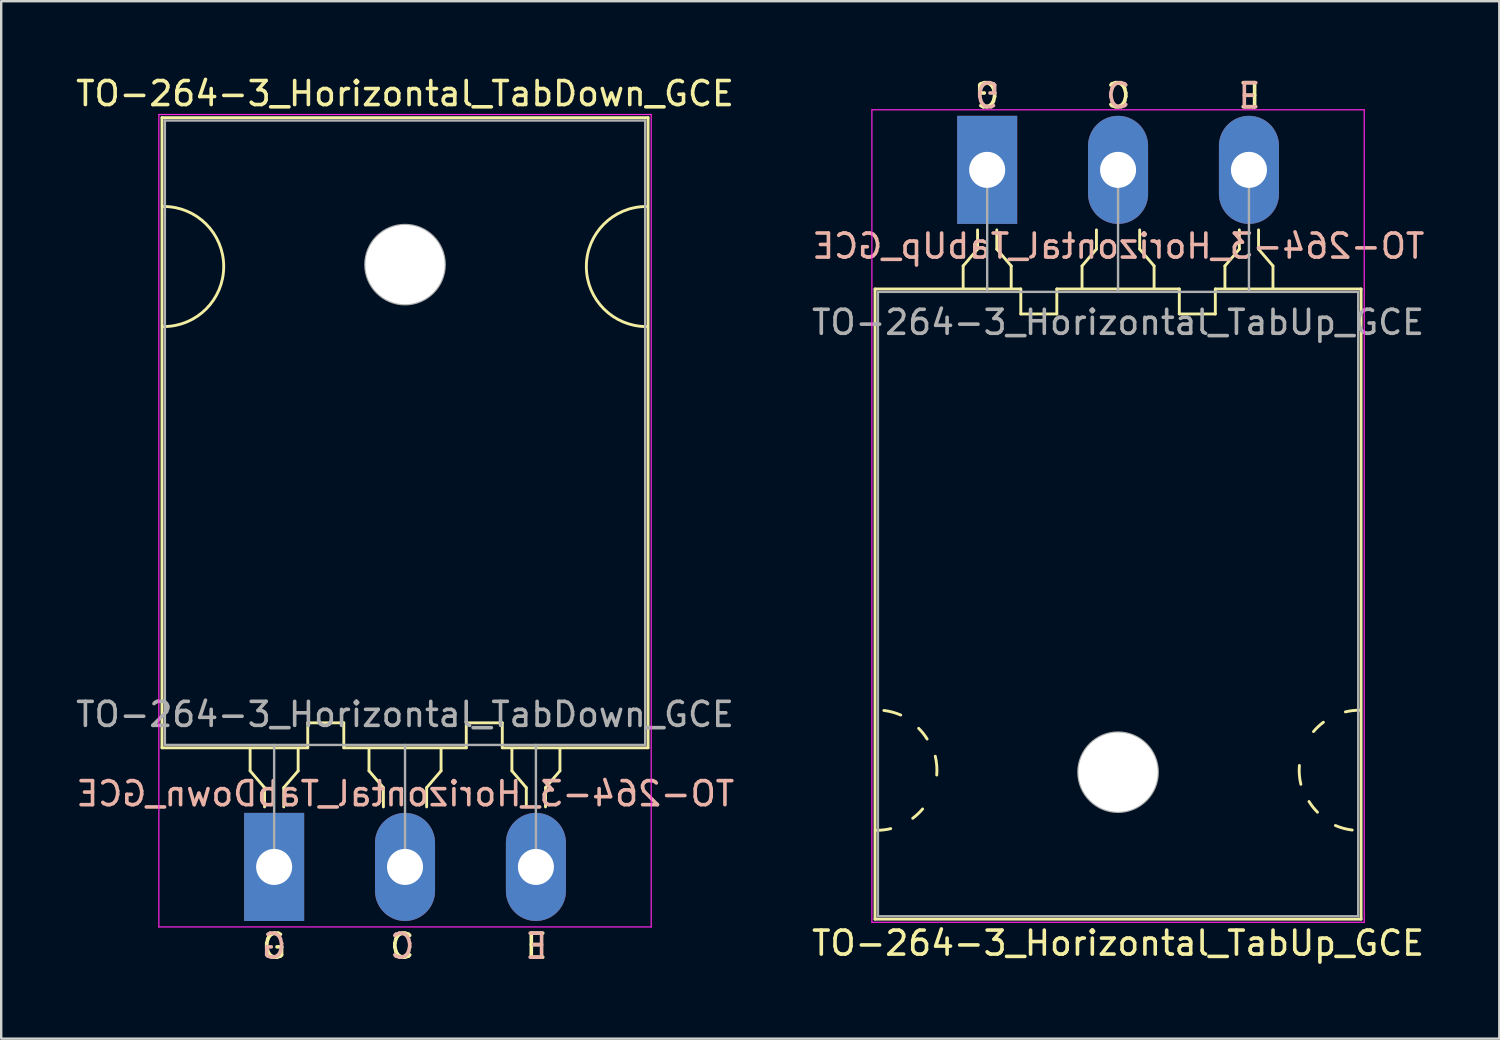
<source format=kicad_pcb>
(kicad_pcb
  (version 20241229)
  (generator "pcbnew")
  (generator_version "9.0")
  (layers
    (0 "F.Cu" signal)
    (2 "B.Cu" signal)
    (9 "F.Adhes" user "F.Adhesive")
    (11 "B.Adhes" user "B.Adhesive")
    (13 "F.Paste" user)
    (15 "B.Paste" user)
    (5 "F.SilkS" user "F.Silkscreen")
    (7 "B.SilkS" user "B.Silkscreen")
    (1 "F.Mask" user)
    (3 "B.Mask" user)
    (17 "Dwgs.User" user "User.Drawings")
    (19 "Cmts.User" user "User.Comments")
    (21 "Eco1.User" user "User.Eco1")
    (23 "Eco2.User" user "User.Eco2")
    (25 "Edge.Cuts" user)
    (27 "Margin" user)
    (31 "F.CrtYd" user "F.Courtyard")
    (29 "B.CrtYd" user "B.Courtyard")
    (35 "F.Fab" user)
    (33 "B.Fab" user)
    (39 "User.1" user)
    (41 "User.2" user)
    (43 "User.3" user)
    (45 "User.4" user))
  (footprint "TO-264-3_Horizontal_TabUp_GCE"
    (layer "F.Cu")
    (at 38.055 4.023)
    (property "Reference" "TO-264-3_Horizontal_TabUp_GCE" (at 5.45 32.2 0) (layer "F.SilkS") (effects (font (size 1 1) (thickness 0.15))))
    (fp_line (start -4.67 31.2) (end -4.67 4.96) (stroke (width 0.12) (type solid)) (layer "F.SilkS"))
    (fp_line (start -1 4) (end -1 4.9) (stroke (width 0.12) (type solid)) (layer "F.SilkS"))
    (fp_line (start -0.4 2.5) (end -0.4 3.3) (stroke (width 0.12) (type solid)) (layer "F.SilkS"))
    (fp_line (start -0.4 3.3) (end -1 4) (stroke (width 0.12) (type solid)) (layer "F.SilkS"))
    (fp_line (start 0.4 3.3) (end 0.4 2.5) (stroke (width 0.12) (type solid)) (layer "F.SilkS"))
    (fp_line (start 1 4) (end 0.4 3.3) (stroke (width 0.12) (type solid)) (layer "F.SilkS"))
    (fp_line (start 1 4.9) (end 1 4) (stroke (width 0.12) (type solid)) (layer "F.SilkS"))
    (fp_line (start 1.4 4.96) (end -4.67 4.96) (stroke (width 0.12) (type solid)) (layer "F.SilkS"))
    (fp_line (start 1.4 4.96) (end 1.4 6) (stroke (width 0.12) (type solid)) (layer "F.SilkS"))
    (fp_line (start 1.4 6) (end 2.9 6) (stroke (width 0.12) (type solid)) (layer "F.SilkS"))
    (fp_line (start 2.9 6) (end 2.9 4.96) (stroke (width 0.12) (type solid)) (layer "F.SilkS"))
    (fp_line (start 3.95 4) (end 3.95 4.9) (stroke (width 0.12) (type solid)) (layer "F.SilkS"))
    (fp_line (start 4.55 2.5) (end 4.55 3.3) (stroke (width 0.12) (type solid)) (layer "F.SilkS"))
    (fp_line (start 4.55 3.3) (end 3.95 4) (stroke (width 0.12) (type solid)) (layer "F.SilkS"))
    (fp_line (start 6.35 3.3) (end 6.35 2.5) (stroke (width 0.12) (type solid)) (layer "F.SilkS"))
    (fp_line (start 6.95 4) (end 6.35 3.3) (stroke (width 0.12) (type solid)) (layer "F.SilkS"))
    (fp_line (start 6.95 4.9) (end 6.95 4) (stroke (width 0.12) (type solid)) (layer "F.SilkS"))
    (fp_line (start 8 4.96) (end 2.9 4.96) (stroke (width 0.12) (type solid)) (layer "F.SilkS"))
    (fp_line (start 8 6) (end 8 4.96) (stroke (width 0.12) (type solid)) (layer "F.SilkS"))
    (fp_line (start 9.5 4.96) (end 9.5 6) (stroke (width 0.12) (type solid)) (layer "F.SilkS"))
    (fp_line (start 9.5 6) (end 8 6) (stroke (width 0.12) (type solid)) (layer "F.SilkS"))
    (fp_line (start 9.9 4) (end 9.9 4.9) (stroke (width 0.12) (type solid)) (layer "F.SilkS"))
    (fp_line (start 10.5 2.5) (end 10.5 3.3) (stroke (width 0.12) (type solid)) (layer "F.SilkS"))
    (fp_line (start 10.5 3.3) (end 9.9 4) (stroke (width 0.12) (type solid)) (layer "F.SilkS"))
    (fp_line (start 11.3 3.3) (end 11.3 2.5) (stroke (width 0.12) (type solid)) (layer "F.SilkS"))
    (fp_line (start 11.9 4) (end 11.3 3.3) (stroke (width 0.12) (type solid)) (layer "F.SilkS"))
    (fp_line (start 11.9 4.9) (end 11.9 4) (stroke (width 0.12) (type solid)) (layer "F.SilkS"))
    (fp_line (start 15.57 4.96) (end 9.5 4.96) (stroke (width 0.12) (type solid)) (layer "F.SilkS"))
    (fp_line (start 15.57 31.2) (end -4.67 31.2) (stroke (width 0.12) (type solid)) (layer "F.SilkS"))
    (fp_line (start 15.57 31.2) (end 15.57 4.96) (stroke (width 0.12) (type solid)) (layer "F.SilkS"))
    (fp_arc (start -4.301186 22.509879) (mid -3.943673 22.579416) (end -3.600001 22.700001) (stroke (width 0.12) (type solid)) (layer "F.SilkS"))
    (fp_arc (start -4.016568 27.430968) (mid -4.306249 27.482682) (end -4.6 27.5) (stroke (width 0.12) (type solid)) (layer "F.SilkS"))
    (fp_arc (start -2.853576 23.253576) (mid -2.663879 23.466564) (end -2.500001 23.700001) (stroke (width 0.12) (type solid)) (layer "F.SilkS"))
    (fp_arc (start -2.687722 26.610338) (mid -2.882773 26.8169) (end -3.1 26.999999) (stroke (width 0.12) (type solid)) (layer "F.SilkS"))
    (fp_arc (start -2.161266 24.414703) (mid -2.099611 24.804931) (end -2.100001 25.199999) (stroke (width 0.12) (type solid)) (layer "F.SilkS"))
    (fp_arc (start 13.061266 25.585297) (mid 12.999611 25.195069) (end 13.000001 24.800001) (stroke (width 0.12) (type solid)) (layer "F.SilkS"))
    (fp_arc (start 13.587722 23.389662) (mid 13.782773 23.1831) (end 14 23.000001) (stroke (width 0.12) (type solid)) (layer "F.SilkS"))
    (fp_arc (start 13.753576 26.746424) (mid 13.563879 26.533436) (end 13.400001 26.299999) (stroke (width 0.12) (type solid)) (layer "F.SilkS"))
    (fp_arc (start 14.916568 22.569032) (mid 15.206249 22.517318) (end 15.5 22.5) (stroke (width 0.12) (type solid)) (layer "F.SilkS"))
    (fp_arc (start 15.201186 27.490121) (mid 14.843673 27.420584) (end 14.500001 27.299999) (stroke (width 0.12) (type solid)) (layer "F.SilkS"))
    (fp_line (start -4.8 -2.5) (end -4.8 31.33) (stroke (width 0.05) (type solid)) (layer "F.CrtYd"))
    (fp_line (start -4.8 31.33) (end 15.7 31.33) (stroke (width 0.05) (type solid)) (layer "F.CrtYd"))
    (fp_line (start 15.7 -2.5) (end -4.8 -2.5) (stroke (width 0.05) (type solid)) (layer "F.CrtYd"))
    (fp_line (start 15.7 31.33) (end 15.7 -2.5) (stroke (width 0.05) (type solid)) (layer "F.CrtYd"))
    (fp_line (start -4.55 5.08) (end -4.55 31.08) (stroke (width 0.1) (type solid)) (layer "F.Fab"))
    (fp_line (start -4.55 31.08) (end 15.45 31.08) (stroke (width 0.1) (type solid)) (layer "F.Fab"))
    (fp_line (start 0 5.08) (end 0 0) (stroke (width 0.1) (type solid)) (layer "F.Fab"))
    (fp_line (start 5.45 5.08) (end 5.45 0) (stroke (width 0.1) (type solid)) (layer "F.Fab"))
    (fp_line (start 10.9 5.08) (end 10.9 0) (stroke (width 0.1) (type solid)) (layer "F.Fab"))
    (fp_line (start 15.45 5.08) (end -4.55 5.08) (stroke (width 0.1) (type solid)) (layer "F.Fab"))
    (fp_line (start 15.45 31.08) (end 15.45 5.08) (stroke (width 0.1) (type solid)) (layer "F.Fab"))
    (fp_circle (center 5.45 25.08) (end 7.1 25.08) (stroke (width 0.1) (type solid)) (fill no) (layer "F.Fab"))
    (fp_text user "G" (at 0 -3.175 180) (unlocked yes) (layer "F.SilkS") (effects (font (size 1 1) (thickness 0.15))))
    (fp_text user "E" (at 10.922 -3.175 180) (unlocked yes) (layer "F.SilkS") (effects (font (size 1 1) (thickness 0.15))))
    (fp_text user "C" (at 5.461 -3.175 180) (unlocked yes) (layer "F.SilkS") (effects (font (size 1 1) (thickness 0.15))))
    (fp_text user "G" (at 0 -3.175 180) (unlocked yes) (layer "B.SilkS") (effects (font (size 1 1) (thickness 0.15)) (justify mirror)))
    (fp_text user "${REFERENCE}" (at 5.461 3.175 0) (layer "B.SilkS") (effects (font (size 1 1) (thickness 0.15)) (justify mirror)))
    (fp_text user "C" (at 5.461 -3.175 180) (unlocked yes) (layer "B.SilkS") (effects (font (size 1 1) (thickness 0.15)) (justify mirror)))
    (fp_text user "E" (at 10.922 -3.175 180) (unlocked yes) (layer "B.SilkS") (effects (font (size 1 1) (thickness 0.15)) (justify mirror)))
    (fp_text user "${REFERENCE}" (at 5.45 6.35 0) (layer "F.Fab") (effects (font (size 1 1) (thickness 0.15))))
    (pad "" np_thru_hole oval (at 5.45 25.08) (size 3.3 3.3) (drill 3.3) (layers "*.Cu" "*.Mask"))
    (pad "1" thru_hole rect (at 0 0) (size 2.5 4.5) (drill 1.5) (layers "*.Cu" "*.Mask"))
    (pad "2" thru_hole oval (at 5.45 0) (size 2.5 4.5) (drill 1.5) (layers "*.Cu" "*.Mask"))
    (pad "3" thru_hole oval (at 10.9 0) (size 2.5 4.5) (drill 1.5) (layers "*.Cu" "*.Mask")))
  (footprint "TO-264-3_Horizontal_TabDown_GCE"
    (layer "F.Cu")
    (at 8.365 33.048)
    (property "Reference" "TO-264-3_Horizontal_TabDown_GCE" (at 5.45 -32.2 0) (layer "F.SilkS") (effects (font (size 1 1) (thickness 0.15))))
    (fp_line (start -4.67 -31.2) (end -4.67 -4.96) (stroke (width 0.12) (type solid)) (layer "F.SilkS"))
    (fp_line (start -4.67 -31.2) (end 15.57 -31.2) (stroke (width 0.12) (type solid)) (layer "F.SilkS"))
    (fp_line (start -4.67 -4.96) (end 1.4 -4.96) (stroke (width 0.12) (type solid)) (layer "F.SilkS"))
    (fp_line (start -1 -4.9) (end -1 -4) (stroke (width 0.12) (type solid)) (layer "F.SilkS"))
    (fp_line (start -1 -4) (end -0.4 -3.3) (stroke (width 0.12) (type solid)) (layer "F.SilkS"))
    (fp_line (start -0.4 -3.3) (end -0.4 -2.5) (stroke (width 0.12) (type solid)) (layer "F.SilkS"))
    (fp_line (start 0.4 -3.3) (end 1 -4) (stroke (width 0.12) (type solid)) (layer "F.SilkS"))
    (fp_line (start 0.4 -2.5) (end 0.4 -3.3) (stroke (width 0.12) (type solid)) (layer "F.SilkS"))
    (fp_line (start 1 -4) (end 1 -4.9) (stroke (width 0.12) (type solid)) (layer "F.SilkS"))
    (fp_line (start 1.4 -6) (end 2.9 -6) (stroke (width 0.12) (type solid)) (layer "F.SilkS"))
    (fp_line (start 1.4 -4.96) (end 1.4 -6) (stroke (width 0.12) (type solid)) (layer "F.SilkS"))
    (fp_line (start 2.9 -6) (end 2.9 -4.96) (stroke (width 0.12) (type solid)) (layer "F.SilkS"))
    (fp_line (start 2.9 -4.96) (end 8 -4.96) (stroke (width 0.12) (type solid)) (layer "F.SilkS"))
    (fp_line (start 3.95 -4.9) (end 3.95 -4) (stroke (width 0.12) (type solid)) (layer "F.SilkS"))
    (fp_line (start 3.95 -4) (end 4.55 -3.3) (stroke (width 0.12) (type solid)) (layer "F.SilkS"))
    (fp_line (start 4.55 -3.3) (end 4.55 -2.5) (stroke (width 0.12) (type solid)) (layer "F.SilkS"))
    (fp_line (start 6.35 -3.3) (end 6.95 -4) (stroke (width 0.12) (type solid)) (layer "F.SilkS"))
    (fp_line (start 6.35 -2.5) (end 6.35 -3.3) (stroke (width 0.12) (type solid)) (layer "F.SilkS"))
    (fp_line (start 6.95 -4) (end 6.95 -4.9) (stroke (width 0.12) (type solid)) (layer "F.SilkS"))
    (fp_line (start 8 -6) (end 8 -4.96) (stroke (width 0.12) (type solid)) (layer "F.SilkS"))
    (fp_line (start 9.5 -6) (end 8 -6) (stroke (width 0.12) (type solid)) (layer "F.SilkS"))
    (fp_line (start 9.5 -4.96) (end 9.5 -6) (stroke (width 0.12) (type solid)) (layer "F.SilkS"))
    (fp_line (start 9.5 -4.96) (end 15.57 -4.96) (stroke (width 0.12) (type solid)) (layer "F.SilkS"))
    (fp_line (start 9.9 -4.9) (end 9.9 -4) (stroke (width 0.12) (type solid)) (layer "F.SilkS"))
    (fp_line (start 9.9 -4) (end 10.5 -3.3) (stroke (width 0.12) (type solid)) (layer "F.SilkS"))
    (fp_line (start 10.5 -3.3) (end 10.5 -2.5) (stroke (width 0.12) (type solid)) (layer "F.SilkS"))
    (fp_line (start 11.3 -3.3) (end 11.9 -4) (stroke (width 0.12) (type solid)) (layer "F.SilkS"))
    (fp_line (start 11.3 -2.5) (end 11.3 -3.3) (stroke (width 0.12) (type solid)) (layer "F.SilkS"))
    (fp_line (start 11.9 -4) (end 11.9 -4.9) (stroke (width 0.12) (type solid)) (layer "F.SilkS"))
    (fp_line (start 15.57 -31.2) (end 15.57 -4.96) (stroke (width 0.12) (type solid)) (layer "F.SilkS"))
    (fp_arc (start -4.6 -27.5) (mid -2.1 -25) (end -4.6 -22.5) (stroke (width 0.12) (type solid)) (layer "F.SilkS"))
    (fp_arc (start 15.5 -22.5) (mid 13 -25) (end 15.5 -27.5) (stroke (width 0.12) (type solid)) (layer "F.SilkS"))
    (fp_line (start -4.8 -31.33) (end -4.8 2.5) (stroke (width 0.05) (type solid)) (layer "F.CrtYd"))
    (fp_line (start -4.8 2.5) (end 15.7 2.5) (stroke (width 0.05) (type solid)) (layer "F.CrtYd"))
    (fp_line (start 15.7 -31.33) (end -4.8 -31.33) (stroke (width 0.05) (type solid)) (layer "F.CrtYd"))
    (fp_line (start 15.7 2.5) (end 15.7 -31.33) (stroke (width 0.05) (type solid)) (layer "F.CrtYd"))
    (fp_line (start -4.55 -31.08) (end 15.45 -31.08) (stroke (width 0.1) (type solid)) (layer "F.Fab"))
    (fp_line (start -4.55 -5.08) (end -4.55 -31.08) (stroke (width 0.1) (type solid)) (layer "F.Fab"))
    (fp_line (start 0 -5.08) (end 0 0) (stroke (width 0.1) (type solid)) (layer "F.Fab"))
    (fp_line (start 5.45 -5.08) (end 5.45 0) (stroke (width 0.1) (type solid)) (layer "F.Fab"))
    (fp_line (start 10.9 -5.08) (end 10.9 0) (stroke (width 0.1) (type solid)) (layer "F.Fab"))
    (fp_line (start 15.45 -31.08) (end 15.45 -5.08) (stroke (width 0.1) (type solid)) (layer "F.Fab"))
    (fp_line (start 15.45 -5.08) (end -4.55 -5.08) (stroke (width 0.1) (type solid)) (layer "F.Fab"))
    (fp_circle (center 5.45 -25.08) (end 7.1 -25.08) (stroke (width 0.1) (type solid)) (fill no) (layer "F.Fab"))
    (fp_text user "C" (at 5.334 3.302 0) (unlocked yes) (layer "F.SilkS") (effects (font (size 1 1) (thickness 0.15))))
    (fp_text user "E" (at 10.922 3.302 0) (unlocked yes) (layer "F.SilkS") (effects (font (size 1 1) (thickness 0.15))))
    (fp_text user "G" (at 0 3.302 0) (unlocked yes) (layer "F.SilkS") (effects (font (size 1 1) (thickness 0.15))))
    (fp_text user "G" (at 0 3.302 0) (unlocked yes) (layer "B.SilkS") (effects (font (size 1 1) (thickness 0.15)) (justify mirror)))
    (fp_text user "${REFERENCE}" (at 5.461 -3.048 0) (layer "B.SilkS") (effects (font (size 1 1) (thickness 0.15)) (justify mirror)))
    (fp_text user "E" (at 10.922 3.302 0) (unlocked yes) (layer "B.SilkS") (effects (font (size 1 1) (thickness 0.15)) (justify mirror)))
    (fp_text user "C" (at 5.334 3.302 0) (unlocked yes) (layer "B.SilkS") (effects (font (size 1 1) (thickness 0.15)) (justify mirror)))
    (fp_text user "${REFERENCE}" (at 5.45 -6.35 0) (layer "F.Fab") (effects (font (size 1 1) (thickness 0.15))))
    (pad "" np_thru_hole oval (at 5.45 -25.08) (size 3.3 3.3) (drill 3.3) (layers "*.Cu" "*.Mask"))
    (pad "1" thru_hole rect (at 0 0) (size 2.5 4.5) (drill 1.5) (layers "*.Cu" "*.Mask"))
    (pad "2" thru_hole oval (at 5.45 0) (size 2.5 4.5) (drill 1.5) (layers "*.Cu" "*.Mask"))
    (pad "3" thru_hole oval (at 10.9 0) (size 2.5 4.5) (drill 1.5) (layers "*.Cu" "*.Mask")))
  (gr_rect
    (start -3 -3)
    (end 59.379 40.199)
    (stroke (width 0.1) (type default))
    (fill no)
    (layer "Edge.Cuts")))
</source>
